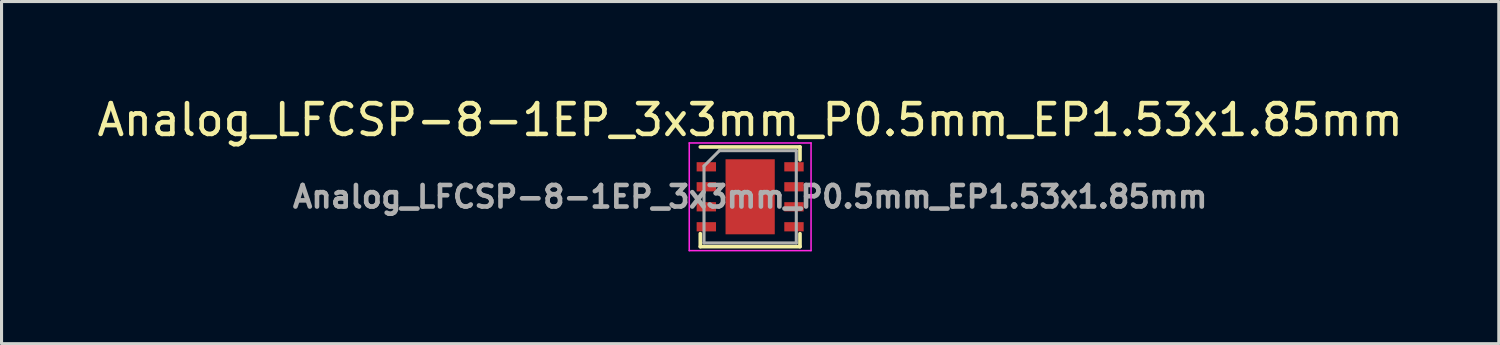
<source format=kicad_pcb>
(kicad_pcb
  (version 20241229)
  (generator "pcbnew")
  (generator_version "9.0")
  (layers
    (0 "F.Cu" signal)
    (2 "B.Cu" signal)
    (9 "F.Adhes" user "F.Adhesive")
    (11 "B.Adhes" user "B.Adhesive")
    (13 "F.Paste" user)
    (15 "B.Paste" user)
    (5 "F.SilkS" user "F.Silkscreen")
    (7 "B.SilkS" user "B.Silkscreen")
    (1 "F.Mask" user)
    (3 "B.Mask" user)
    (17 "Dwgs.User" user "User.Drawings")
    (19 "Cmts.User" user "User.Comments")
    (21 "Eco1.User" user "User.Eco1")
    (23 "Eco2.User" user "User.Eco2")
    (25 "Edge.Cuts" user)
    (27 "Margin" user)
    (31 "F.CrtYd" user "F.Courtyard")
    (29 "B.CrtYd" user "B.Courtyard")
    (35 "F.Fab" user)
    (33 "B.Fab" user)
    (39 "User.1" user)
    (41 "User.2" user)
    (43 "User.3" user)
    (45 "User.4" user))
  (footprint "Analog_LFCSP-8-1EP_3x3mm_P0.5mm_EP1.53x1.85mm"
    (layer "F.Cu")
    (at 21.339 3.348)
    (property "Reference" "Analog_LFCSP-8-1EP_3x3mm_P0.5mm_EP1.53x1.85mm" (at 0 -2.5 0) (layer "F.SilkS") (effects (font (size 1 1) (thickness 0.15))))
    (attr smd)
    (fp_line (start -1.62 1.62) (end -1.62 1.2) (stroke (width 0.12) (type solid)) (layer "F.SilkS"))
    (fp_line (start 1.62 -1.62) (end -1.62 -1.62) (stroke (width 0.12) (type solid)) (layer "F.SilkS"))
    (fp_line (start 1.62 -1.62) (end 1.62 -1.2) (stroke (width 0.12) (type solid)) (layer "F.SilkS"))
    (fp_line (start 1.62 1.2) (end 1.62 1.62) (stroke (width 0.12) (type solid)) (layer "F.SilkS"))
    (fp_line (start 1.62 1.62) (end -1.62 1.62) (stroke (width 0.12) (type solid)) (layer "F.SilkS"))
    (fp_line (start -1.98 -1.75) (end 1.98 -1.75) (stroke (width 0.05) (type solid)) (layer "F.CrtYd"))
    (fp_line (start -1.98 1.75) (end -1.98 -1.75) (stroke (width 0.05) (type solid)) (layer "F.CrtYd"))
    (fp_line (start 1.98 -1.75) (end 1.98 1.75) (stroke (width 0.05) (type solid)) (layer "F.CrtYd"))
    (fp_line (start 1.98 1.75) (end -1.98 1.75) (stroke (width 0.05) (type solid)) (layer "F.CrtYd"))
    (fp_line (start -1.5 -1) (end -1.5 1.5) (stroke (width 0.1) (type solid)) (layer "F.Fab"))
    (fp_line (start -1 -1.5) (end -1.5 -1) (stroke (width 0.1) (type solid)) (layer "F.Fab"))
    (fp_line (start -1 -1.5) (end 1.5 -1.5) (stroke (width 0.1) (type solid)) (layer "F.Fab"))
    (fp_line (start 1.5 1.5) (end -1.5 1.5) (stroke (width 0.1) (type solid)) (layer "F.Fab"))
    (fp_line (start 1.5 1.5) (end 1.5 -1.5) (stroke (width 0.1) (type solid)) (layer "F.Fab"))
    (fp_text user "${REFERENCE}" (at 0 0 180) (layer "F.Fab") (effects (font (size 0.7 0.7) (thickness 0.15))))
    (pad "1" smd rect (at -1.425 -0.975) (size 0.63 0.3) (layers "F.Cu" "F.Mask" "F.Paste"))
    (pad "2" smd rect (at -1.425 -0.325) (size 0.63 0.3) (layers "F.Cu" "F.Mask" "F.Paste"))
    (pad "3" smd rect (at -1.425 0.325) (size 0.63 0.3) (layers "F.Cu" "F.Mask" "F.Paste"))
    (pad "4" smd rect (at -1.425 0.975) (size 0.63 0.3) (layers "F.Cu" "F.Mask" "F.Paste"))
    (pad "5" smd rect (at 1.425 0.975) (size 0.63 0.3) (layers "F.Cu" "F.Mask" "F.Paste"))
    (pad "6" smd rect (at 1.425 0.325) (size 0.63 0.3) (layers "F.Cu" "F.Mask" "F.Paste"))
    (pad "7" smd rect (at 1.425 -0.325) (size 0.63 0.3) (layers "F.Cu" "F.Mask" "F.Paste"))
    (pad "8" smd rect (at 1.425 -0.975) (size 0.63 0.3) (layers "F.Cu" "F.Mask" "F.Paste"))
    (pad "9" smd rect (at 0 0) (size 1.6 2.44) (layers "F.Cu" "F.Mask")))
  (gr_rect
    (start -3 -3)
    (end 45.679 8.123)
    (stroke (width 0.1) (type default))
    (fill no)
    (layer "Edge.Cuts")))
</source>
